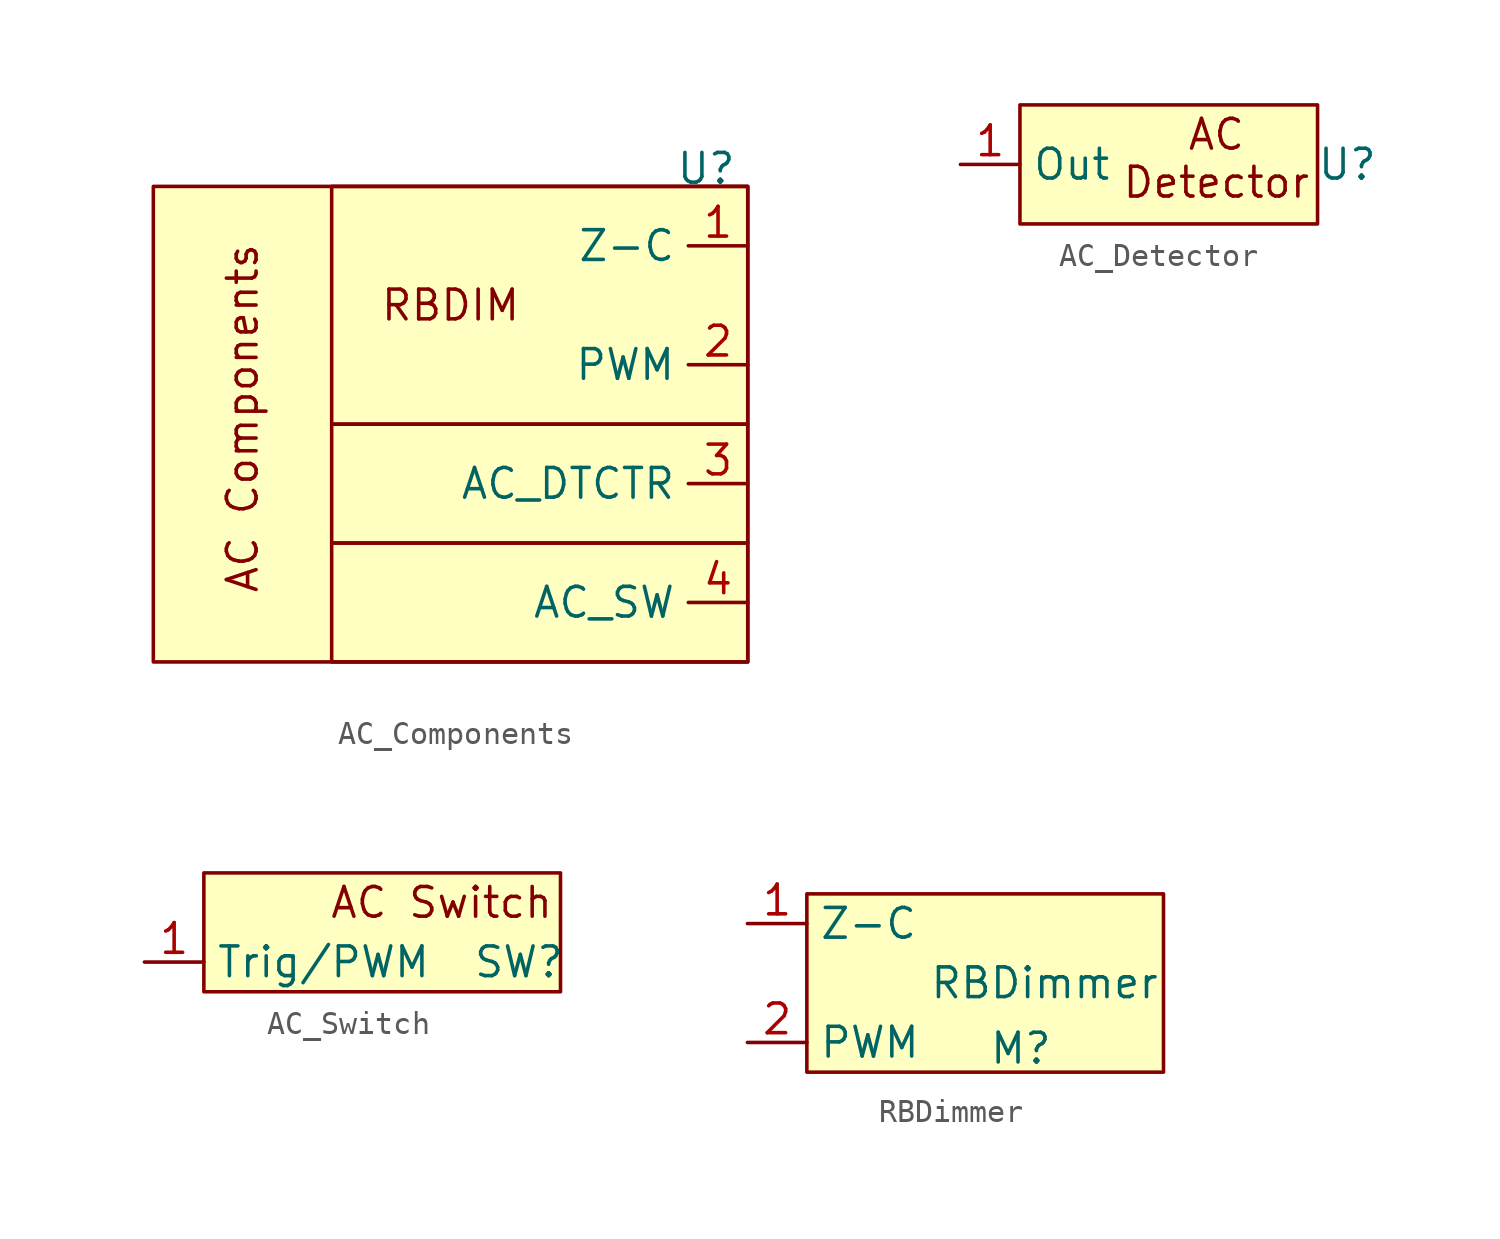
<source format=kicad_sym>
(kicad_symbol_lib
  (version 20241209)
  (generator "kicad_symbol_editor")
  (generator_version "9.0")
  (symbol "AC_Components"
    (property "Reference" "U"
      (at -1.778 0.762 0)
      (effects (font (size 1.27 1.27))))
    (property "Value" ""
      (at 0 0 0)
      (effects (font (size 1.27 1.27))))
    (symbol "AC_Components_0_1"
      (rectangle (start -25.4 0) (end 0 -20.32) (stroke (width 0) (type default)) (fill (type background)))
      (rectangle (start -17.78 -10.16) (end 0 -15.24) (stroke (width 0) (type default)) (fill (type none)))
      (rectangle (start 0 0) (end -17.78 -10.16) (stroke (width 0) (type default)) (fill (type none)))
      (rectangle (start 0 -15.24) (end -17.78 -20.32) (stroke (width 0) (type default)) (fill (type none))))
    (symbol "AC_Components_1_1"
      (text "AC Components\n" (at -21.59 -9.906 900) (effects (font (size 1.27 1.27))))
      (text "RBDIM" (at -12.7 -5.08 0) (effects (font (size 1.27 1.27))))
      (pin input line (at 0 -2.54 180) (length 2.54) (name "Z-C" (effects (font (size 1.27 1.27)))) (number "1" (effects (font (size 1.27 1.27)))))
      (pin input line (at 0 -7.62 180) (length 2.54) (name "PWM" (effects (font (size 1.27 1.27)))) (number "2" (effects (font (size 1.27 1.27)))))
      (pin input line (at 0 -12.7 180) (length 2.54) (name "AC_DTCTR" (effects (font (size 1.27 1.27)))) (number "3" (effects (font (size 1.27 1.27)))))
      (pin input line (at 0 -17.78 180) (length 2.54) (name "AC_SW" (effects (font (size 1.27 1.27)))) (number "4" (effects (font (size 1.27 1.27)))))))
  (symbol "AC_Detector"
    (property "Reference" "U"
      (at 15.24 0 0)
      (effects (font (size 1.27 1.27))))
    (property "Value" ""
      (at 0 0 0)
      (effects (font (size 1.27 1.27))))
    (symbol "AC_Detector_0_1"
      (rectangle (start 1.27 2.54) (end 13.97 -2.54) (stroke (width 0) (type default)) (fill (type background))))
    (symbol "AC_Detector_1_1"
      (text "AC\nDetector" (at 9.652 0.254 0) (effects (font (size 1.27 1.27))))
      (pin output line (at -1.27 0 0) (length 2.54) (name "Out" (effects (font (size 1.27 1.27)))) (number "1" (effects (font (size 1.27 1.27)))))))
  (symbol "AC_Switch"
    (property "Reference" "SW"
      (at 14.732 -1.27 0)
      (effects (font (size 1.27 1.27))))
    (property "Value" ""
      (at 0 0 0)
      (effects (font (size 1.27 1.27))))
    (symbol "AC_Switch_0_1"
      (rectangle (start 1.27 2.54) (end 16.51 -2.54) (stroke (width 0) (type default)) (fill (type background))))
    (symbol "AC_Switch_1_1"
      (text "AC Switch" (at 11.43 1.27 0) (effects (font (size 1.27 1.27))))
      (pin input line (at -1.27 -1.27 0) (length 2.54) (name "Trig/PWM" (effects (font (size 1.27 1.27)))) (number "1" (effects (font (size 1.27 1.27)))))))
  (symbol "RBDimmer"
    (property "Reference" "M"
      (at 10.414 -2.794 0)
      (effects (font (size 1.27 1.27))))
    (property "Value" "RBDimmer"
      (at 11.43 0 0)
      (effects (font (size 1.27 1.27))))
    (symbol "RBDimmer_0_1"
      (rectangle (start 1.27 3.81) (end 16.51 -3.81) (stroke (width 0) (type default)) (fill (type background))))
    (symbol "RBDimmer_1_1"
      (pin input line (at -1.27 2.54 0) (length 2.54) (name "Z-C" (effects (font (size 1.27 1.27)))) (number "1" (effects (font (size 1.27 1.27)))))
      (pin input line (at -1.27 -2.54 0) (length 2.54) (name "PWM" (effects (font (size 1.27 1.27)))) (number "2" (effects (font (size 1.27 1.27))))))))
</source>
